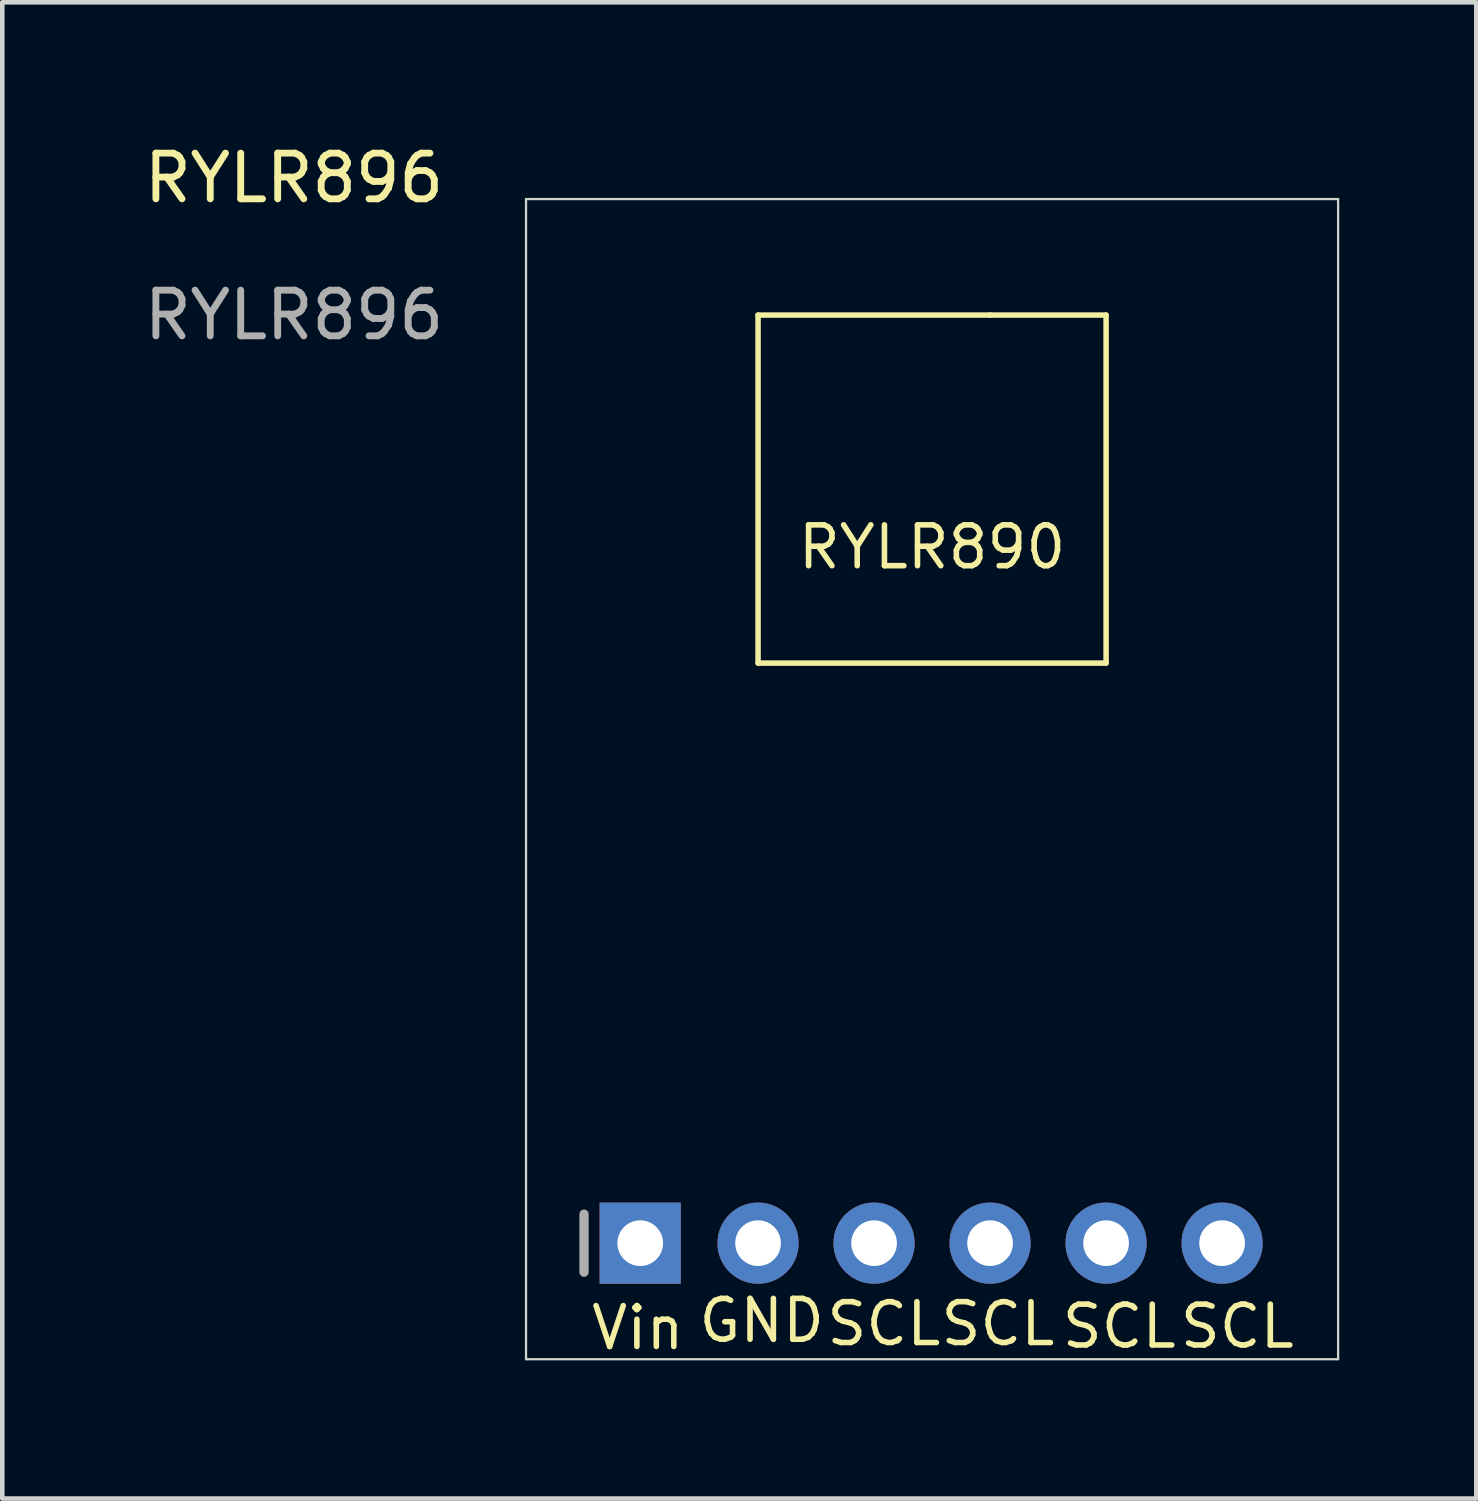
<source format=kicad_pcb>
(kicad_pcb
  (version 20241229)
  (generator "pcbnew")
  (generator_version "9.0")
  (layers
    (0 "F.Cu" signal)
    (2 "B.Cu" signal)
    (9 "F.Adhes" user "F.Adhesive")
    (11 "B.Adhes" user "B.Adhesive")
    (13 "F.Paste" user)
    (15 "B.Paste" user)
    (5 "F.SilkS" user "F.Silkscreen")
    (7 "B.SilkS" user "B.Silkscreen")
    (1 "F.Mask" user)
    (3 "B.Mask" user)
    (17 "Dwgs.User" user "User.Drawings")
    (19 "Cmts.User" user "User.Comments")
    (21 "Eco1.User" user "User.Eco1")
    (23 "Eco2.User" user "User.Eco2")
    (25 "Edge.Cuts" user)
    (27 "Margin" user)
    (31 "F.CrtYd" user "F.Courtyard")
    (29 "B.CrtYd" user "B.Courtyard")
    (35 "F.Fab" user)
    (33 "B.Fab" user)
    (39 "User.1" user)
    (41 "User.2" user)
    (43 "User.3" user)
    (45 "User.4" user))
  (footprint "RYLR896"
    (layer "F.Cu")
    (at 16.087 16.548)
    (property "Reference" "RYLR896" (at -12.7 -15.7 0) (unlocked yes) (layer "F.SilkS") (effects (font (size 1 1) (thickness 0.15))))
    (attr smd)
    (fp_line (start -2.54 -12.7) (end 2.54 -12.7) (stroke (width 0.12) (type solid)) (layer "F.SilkS"))
    (fp_line (start -2.54 -5.08) (end -2.54 -12.7) (stroke (width 0.12) (type solid)) (layer "F.SilkS"))
    (fp_line (start 2.54 -12.7) (end 5.08 -12.7) (stroke (width 0.12) (type solid)) (layer "F.SilkS"))
    (fp_line (start 5.08 -12.7) (end 5.08 -5.08) (stroke (width 0.12) (type solid)) (layer "F.SilkS"))
    (fp_line (start 5.08 -5.08) (end -2.54 -5.08) (stroke (width 0.12) (type solid)) (layer "F.SilkS"))
    (fp_line (start -7.62 -15.24) (end 10.16 -15.24) (stroke (width 0.05) (type solid)) (layer "Edge.Cuts"))
    (fp_line (start -7.62 10.16) (end -7.62 -15.24) (stroke (width 0.05) (type solid)) (layer "Edge.Cuts"))
    (fp_line (start 10.16 -15.24) (end 10.16 10.16) (stroke (width 0.05) (type solid)) (layer "Edge.Cuts"))
    (fp_line (start 10.16 10.16) (end -7.62 10.16) (stroke (width 0.05) (type solid)) (layer "Edge.Cuts"))
    (fp_line (start -6.35 6.985) (end -6.35 8.255) (stroke (width 0.203) (type solid)) (layer "F.Fab"))
    (fp_text user "SCL" (at 0.214 9.388 0) (layer "F.SilkS") (effects (font (size 0.894 0.894) (thickness 0.122))))
    (fp_text user "Vin" (at -5.172 9.474 0) (layer "F.SilkS") (effects (font (size 0.894 0.894) (thickness 0.122))))
    (fp_text user "SCL" (at 7.952 9.442 0) (layer "F.SilkS") (effects (font (size 0.894 0.894) (thickness 0.122))))
    (fp_text user "SCL" (at 5.367 9.442 0) (layer "F.SilkS") (effects (font (size 0.894 0.894) (thickness 0.122))))
    (fp_text user "SCL" (at 2.712 9.388 0) (layer "F.SilkS") (effects (font (size 0.894 0.894) (thickness 0.122))))
    (fp_text user "RYLR890" (at 1.27 -7.62 0) (layer "F.SilkS") (effects (font (size 0.894 0.894) (thickness 0.122))))
    (fp_text user "GND" (at -2.46 9.316 0) (layer "F.SilkS") (effects (font (size 0.894 0.894) (thickness 0.122))))
    (fp_text user "${REFERENCE}" (at -12.7 -12.7 0) (unlocked yes) (layer "F.Fab") (effects (font (size 1 1) (thickness 0.15))))
    (pad "1" thru_hole rect (at -5.12 7.62 90) (size 1.778 1.778) (drill 1) (layers "*.Cu" "*.Mask"))
    (pad "2" thru_hole circle (at -2.54 7.62 90) (size 1.778 1.778) (drill 1) (layers "*.Cu" "*.Mask"))
    (pad "3" thru_hole circle (at 0 7.62 90) (size 1.778 1.778) (drill 1) (layers "*.Cu" "*.Mask"))
    (pad "4" thru_hole circle (at 2.54 7.62 90) (size 1.778 1.778) (drill 1) (layers "*.Cu" "*.Mask"))
    (pad "5" thru_hole circle (at 5.08 7.62 90) (size 1.778 1.778) (drill 1) (layers "*.Cu" "*.Mask"))
    (pad "6" thru_hole circle (at 7.62 7.62 90) (size 1.778 1.778) (drill 1) (layers "*.Cu" "*.Mask")))
  (gr_rect
    (start -3 -3)
    (end 29.272 29.76)
    (stroke (width 0.1) (type default))
    (fill no)
    (layer "Edge.Cuts")))
</source>
